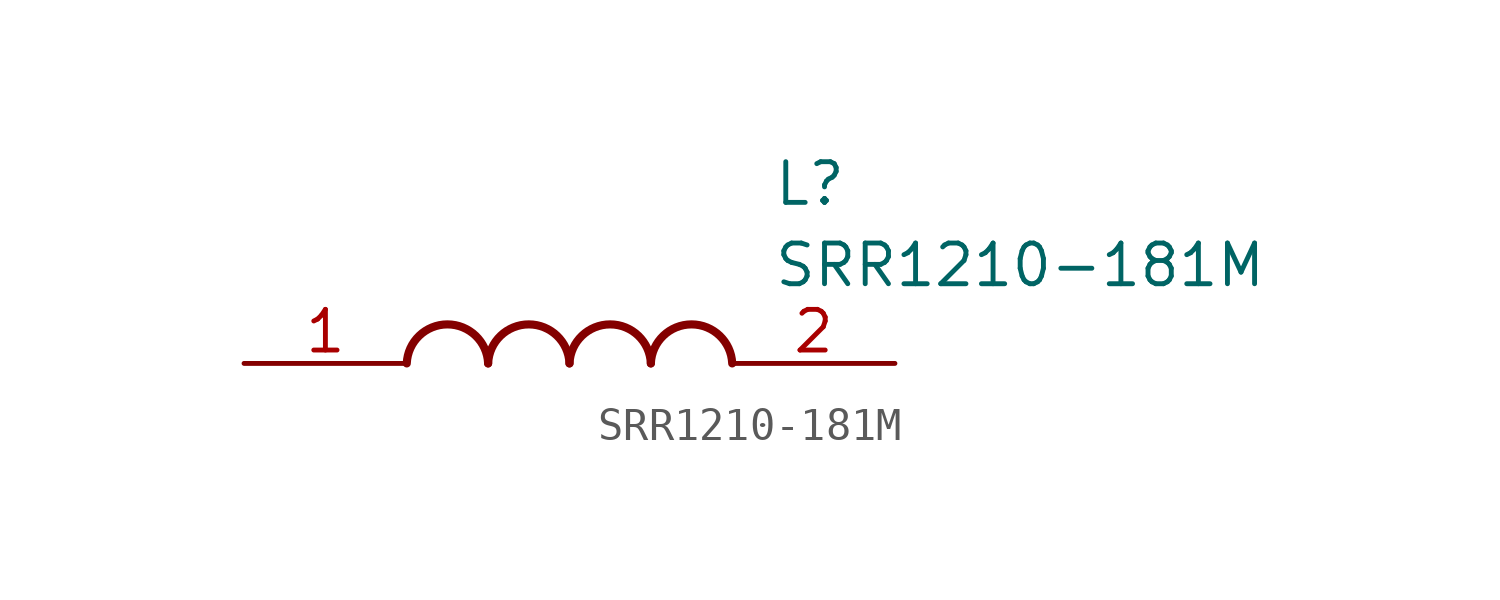
<source format=kicad_sym>
(kicad_symbol_lib
  (version 20211014)
  (generator SamacSys_ECAD_Model)
  (symbol "SRR1210-181M"
    (pin_names hide)
    (property "Reference" "L"
      (at 16.51 6.35 0)
      (effects (font (size 1.27 1.27)) (justify left top)))
    (property "Value" "SRR1210-181M"
      (at 16.51 3.81 0)
      (effects (font (size 1.27 1.27)) (justify left top)))
    (arc
      (start 7.62 0)
      (mid 6.35 1.219)
      (end 5.08 0)
      (stroke (width 0.254) (type default))
      (fill (type none)))
    (arc
      (start 10.16 0)
      (mid 8.89 1.219)
      (end 7.62 0)
      (stroke (width 0.254) (type default))
      (fill (type none)))
    (arc
      (start 12.7 0)
      (mid 11.43 1.219)
      (end 10.16 0)
      (stroke (width 0.254) (type default))
      (fill (type none)))
    (arc
      (start 15.24 0)
      (mid 13.97 1.219)
      (end 12.7 0)
      (stroke (width 0.254) (type default))
      (fill (type none)))
    (pin passive line
      (at 0 0 0)
      (length 5.08)
      (name "1" (effects (font (size 1.27 1.27))))
      (number "1" (effects (font (size 1.27 1.27)))))
    (pin passive line
      (at 20.32 0 180)
      (length 5.08)
      (name "2" (effects (font (size 1.27 1.27))))
      (number "2" (effects (font (size 1.27 1.27)))))))
</source>
